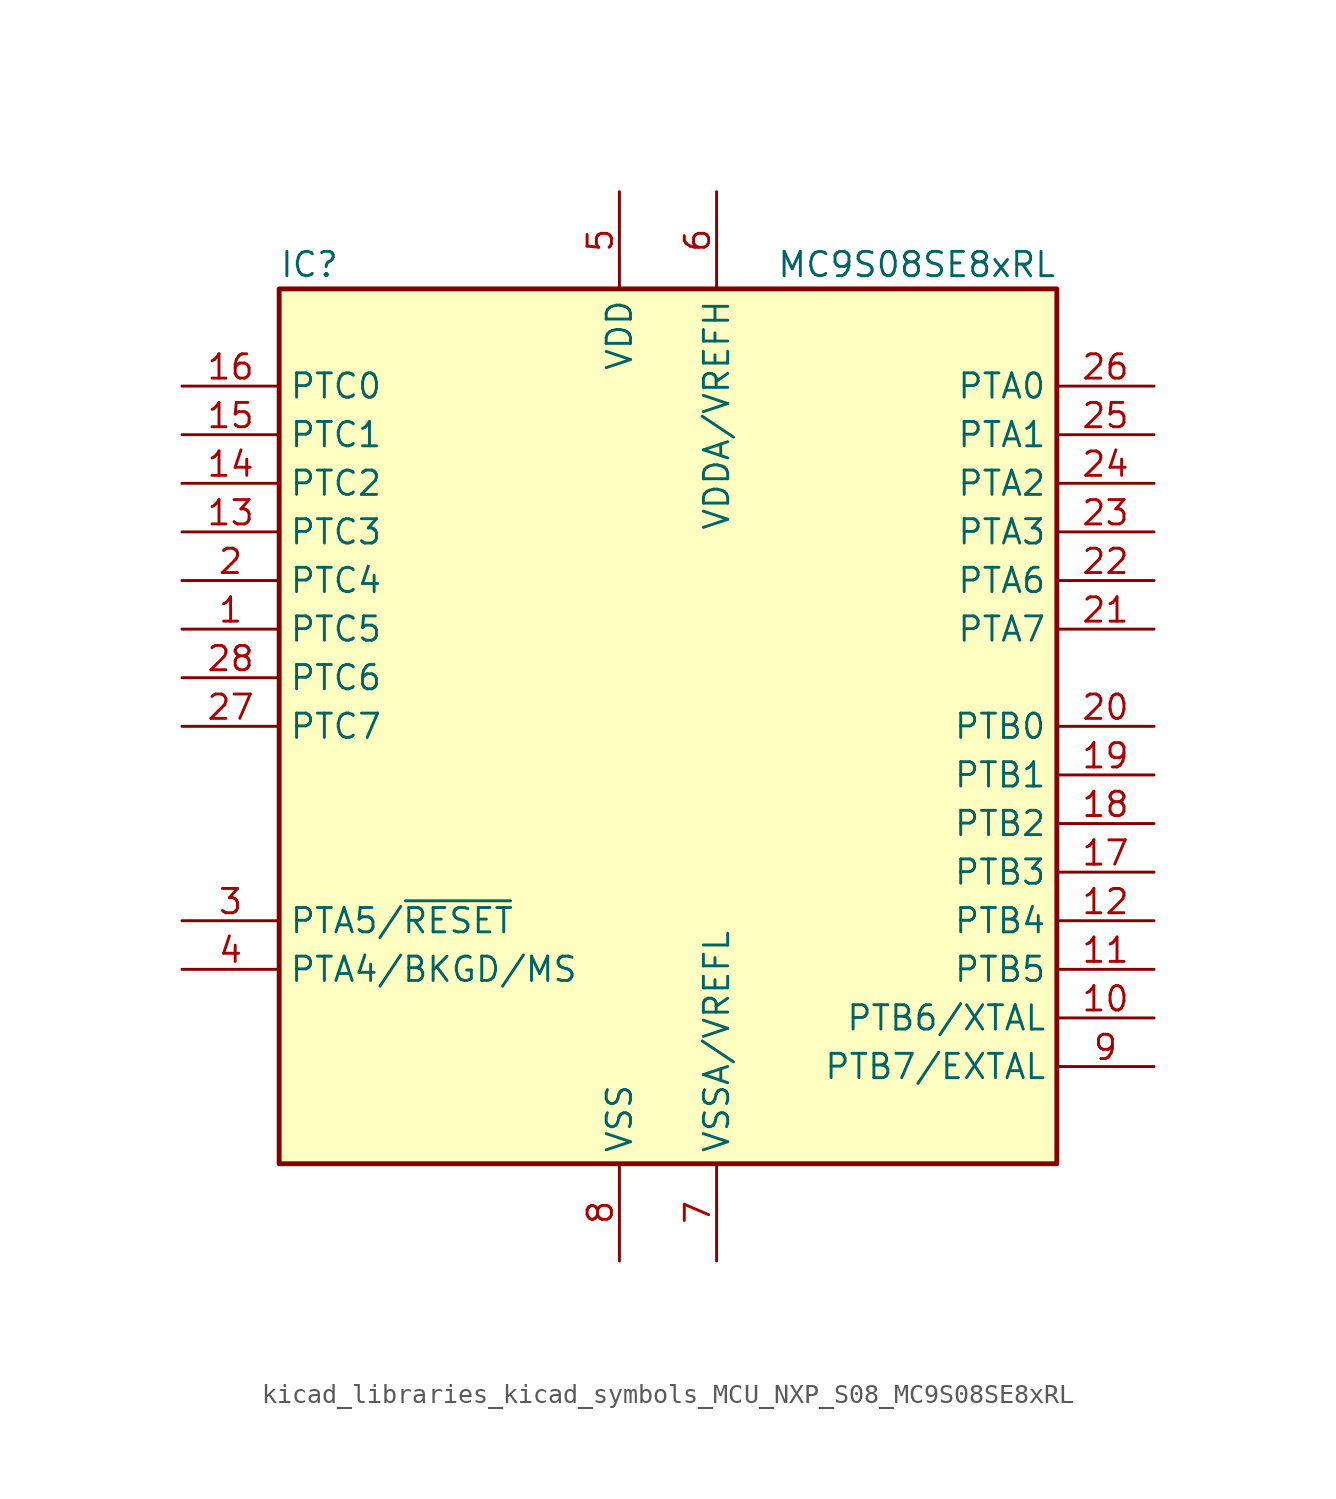
<source format=kicad_sym>
(kicad_symbol_lib
  (version 20220914)
  (generator kicad_symbol_editor)
  (symbol "kicad_libraries_kicad_symbols_MCU_NXP_S08_MC9S08SE8xRL"
    (property "Reference" "IC"
      (at -20.32 24.13 0)
      (effects (font (size 1.27 1.27)) (justify left)))
    (property "Value" "MC9S08SE8xRL"
      (at 20.32 24.13 0)
      (effects (font (size 1.27 1.27)) (justify right)))
    (symbol "kicad_libraries_kicad_symbols_MCU_NXP_S08_MC9S08SE8xRL_0_1"
      (rectangle (start -20.32 22.86) (end 20.32 -22.86) (stroke (width 0.254) (type default)) (fill (type background))))
    (symbol "kicad_libraries_kicad_symbols_MCU_NXP_S08_MC9S08SE8xRL_1_1"
      (pin bidirectional line (at -25.4 5.08 0) (length 5.08) (name "PTC5" (effects (font (size 1.27 1.27)))) (number "1" (effects (font (size 1.27 1.27)))))
      (pin bidirectional line (at 25.4 -15.24 180) (length 5.08) (name "PTB6/XTAL" (effects (font (size 1.27 1.27)))) (number "10" (effects (font (size 1.27 1.27)))))
      (pin bidirectional line (at 25.4 -12.7 180) (length 5.08) (name "PTB5" (effects (font (size 1.27 1.27)))) (number "11" (effects (font (size 1.27 1.27)))))
      (pin bidirectional line (at 25.4 -10.16 180) (length 5.08) (name "PTB4" (effects (font (size 1.27 1.27)))) (number "12" (effects (font (size 1.27 1.27)))))
      (pin bidirectional line (at -25.4 10.16 0) (length 5.08) (name "PTC3" (effects (font (size 1.27 1.27)))) (number "13" (effects (font (size 1.27 1.27)))))
      (pin bidirectional line (at -25.4 12.7 0) (length 5.08) (name "PTC2" (effects (font (size 1.27 1.27)))) (number "14" (effects (font (size 1.27 1.27)))))
      (pin bidirectional line (at -25.4 15.24 0) (length 5.08) (name "PTC1" (effects (font (size 1.27 1.27)))) (number "15" (effects (font (size 1.27 1.27)))))
      (pin bidirectional line (at -25.4 17.78 0) (length 5.08) (name "PTC0" (effects (font (size 1.27 1.27)))) (number "16" (effects (font (size 1.27 1.27)))))
      (pin bidirectional line (at 25.4 -7.62 180) (length 5.08) (name "PTB3" (effects (font (size 1.27 1.27)))) (number "17" (effects (font (size 1.27 1.27)))))
      (pin bidirectional line (at 25.4 -5.08 180) (length 5.08) (name "PTB2" (effects (font (size 1.27 1.27)))) (number "18" (effects (font (size 1.27 1.27)))))
      (pin bidirectional line (at 25.4 -2.54 180) (length 5.08) (name "PTB1" (effects (font (size 1.27 1.27)))) (number "19" (effects (font (size 1.27 1.27)))))
      (pin bidirectional line (at -25.4 7.62 0) (length 5.08) (name "PTC4" (effects (font (size 1.27 1.27)))) (number "2" (effects (font (size 1.27 1.27)))))
      (pin bidirectional line (at 25.4 0 180) (length 5.08) (name "PTB0" (effects (font (size 1.27 1.27)))) (number "20" (effects (font (size 1.27 1.27)))))
      (pin bidirectional line (at 25.4 5.08 180) (length 5.08) (name "PTA7" (effects (font (size 1.27 1.27)))) (number "21" (effects (font (size 1.27 1.27)))))
      (pin bidirectional line (at 25.4 7.62 180) (length 5.08) (name "PTA6" (effects (font (size 1.27 1.27)))) (number "22" (effects (font (size 1.27 1.27)))))
      (pin bidirectional line (at 25.4 10.16 180) (length 5.08) (name "PTA3" (effects (font (size 1.27 1.27)))) (number "23" (effects (font (size 1.27 1.27)))))
      (pin bidirectional line (at 25.4 12.7 180) (length 5.08) (name "PTA2" (effects (font (size 1.27 1.27)))) (number "24" (effects (font (size 1.27 1.27)))))
      (pin bidirectional line (at 25.4 15.24 180) (length 5.08) (name "PTA1" (effects (font (size 1.27 1.27)))) (number "25" (effects (font (size 1.27 1.27)))))
      (pin bidirectional line (at 25.4 17.78 180) (length 5.08) (name "PTA0" (effects (font (size 1.27 1.27)))) (number "26" (effects (font (size 1.27 1.27)))))
      (pin bidirectional line (at -25.4 0 0) (length 5.08) (name "PTC7" (effects (font (size 1.27 1.27)))) (number "27" (effects (font (size 1.27 1.27)))))
      (pin bidirectional line (at -25.4 2.54 0) (length 5.08) (name "PTC6" (effects (font (size 1.27 1.27)))) (number "28" (effects (font (size 1.27 1.27)))))
      (pin bidirectional line (at -25.4 -10.16 0) (length 5.08) (name "PTA5/~{RESET}" (effects (font (size 1.27 1.27)))) (number "3" (effects (font (size 1.27 1.27)))))
      (pin bidirectional line (at -25.4 -12.7 0) (length 5.08) (name "PTA4/BKGD/MS" (effects (font (size 1.27 1.27)))) (number "4" (effects (font (size 1.27 1.27)))))
      (pin power_in line (at -2.54 27.94 270) (length 5.08) (name "VDD" (effects (font (size 1.27 1.27)))) (number "5" (effects (font (size 1.27 1.27)))))
      (pin power_in line (at 2.54 27.94 270) (length 5.08) (name "VDDA/VREFH" (effects (font (size 1.27 1.27)))) (number "6" (effects (font (size 1.27 1.27)))))
      (pin power_in line (at 2.54 -27.94 90) (length 5.08) (name "VSSA/VREFL" (effects (font (size 1.27 1.27)))) (number "7" (effects (font (size 1.27 1.27)))))
      (pin power_in line (at -2.54 -27.94 90) (length 5.08) (name "VSS" (effects (font (size 1.27 1.27)))) (number "8" (effects (font (size 1.27 1.27)))))
      (pin bidirectional line (at 25.4 -17.78 180) (length 5.08) (name "PTB7/EXTAL" (effects (font (size 1.27 1.27)))) (number "9" (effects (font (size 1.27 1.27))))))))
</source>
